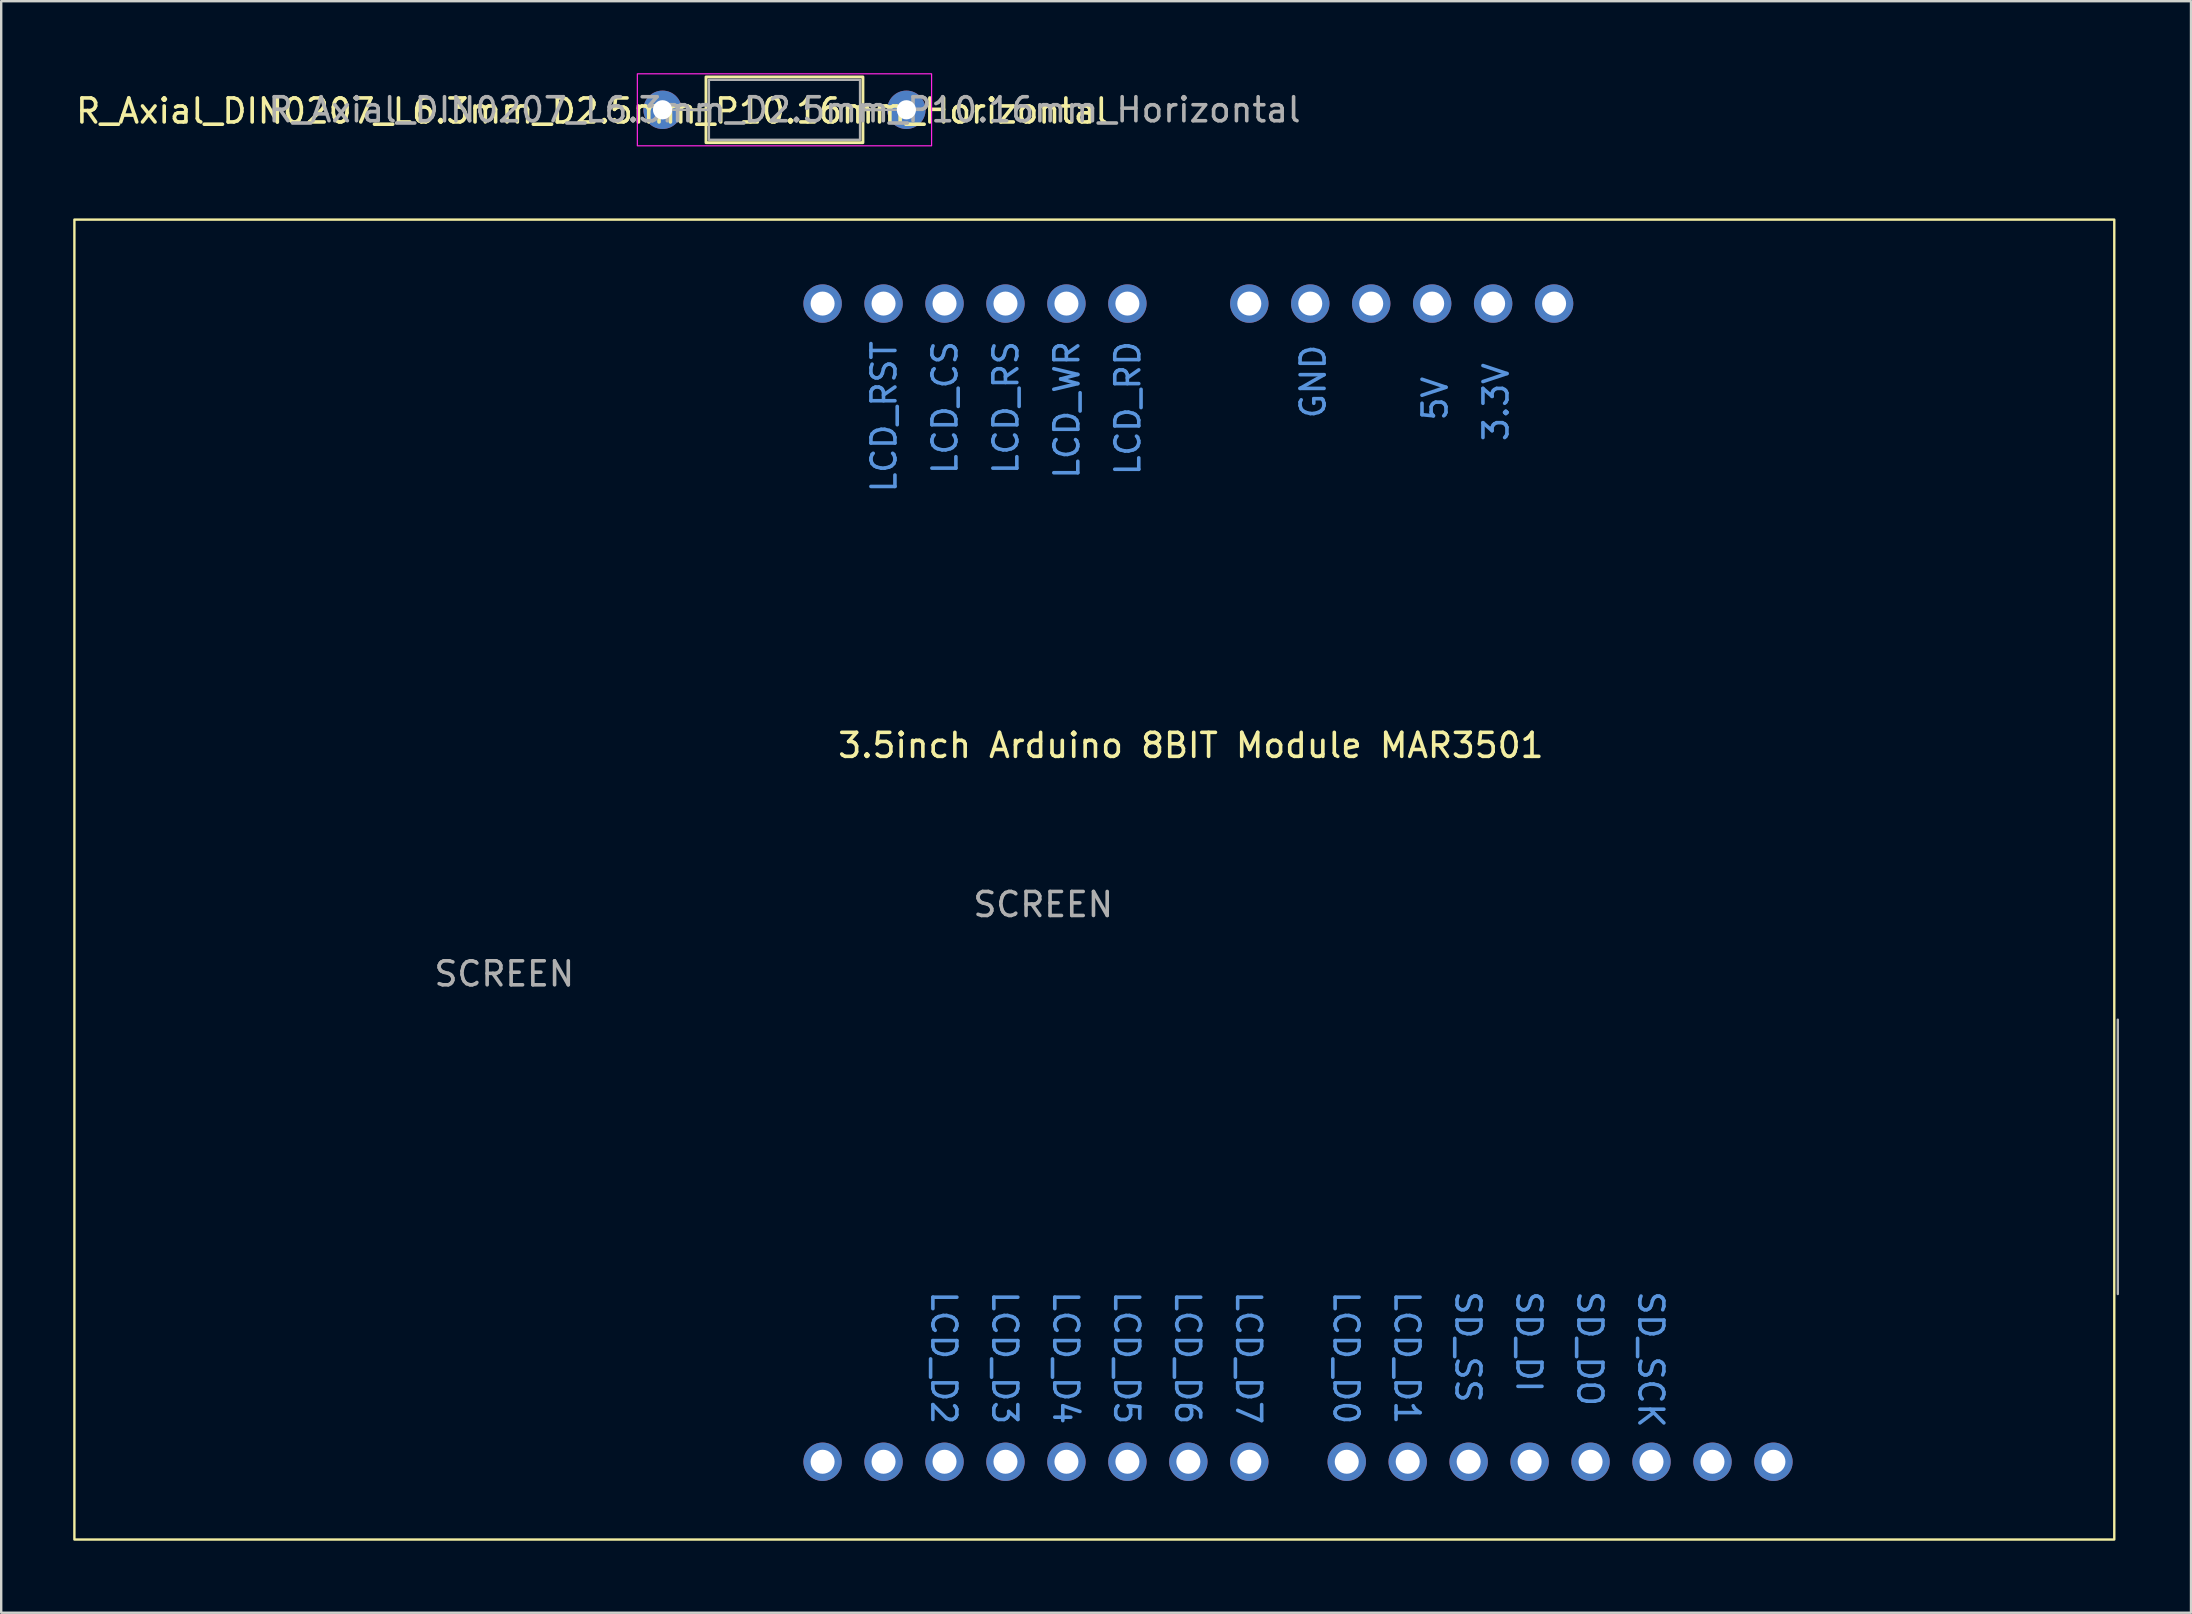
<source format=kicad_pcb>
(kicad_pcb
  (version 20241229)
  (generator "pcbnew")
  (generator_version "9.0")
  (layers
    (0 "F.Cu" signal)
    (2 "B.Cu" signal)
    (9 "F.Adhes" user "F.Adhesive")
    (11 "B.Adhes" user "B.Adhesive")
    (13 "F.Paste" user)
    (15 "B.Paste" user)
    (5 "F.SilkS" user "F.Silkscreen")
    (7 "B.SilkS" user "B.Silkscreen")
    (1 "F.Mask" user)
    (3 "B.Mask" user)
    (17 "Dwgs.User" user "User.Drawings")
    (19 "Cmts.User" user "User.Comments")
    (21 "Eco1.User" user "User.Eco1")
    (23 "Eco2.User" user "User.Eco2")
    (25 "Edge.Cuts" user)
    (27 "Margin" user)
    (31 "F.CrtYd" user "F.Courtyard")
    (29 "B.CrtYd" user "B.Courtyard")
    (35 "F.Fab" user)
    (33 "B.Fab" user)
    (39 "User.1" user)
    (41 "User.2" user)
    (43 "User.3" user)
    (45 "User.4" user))
  (footprint "SCREEN"
    (layer "F.Cu")
    (at 60.787 57.6)
    (property "Reference" "SCREEN" (at -20.368 -22.959 0) (layer "F.Fab") (effects (font (size 1 1) (thickness 0.15))))
    (attr through_hole)
    (fp_rect (start -60.737 -51.5) (end 24.263 3.5) (stroke (width 0.1) (type solid)) (fill no) (layer "F.SilkS"))
    (fp_line (start 24.41 -18.16) (end 24.41 -6.73) (stroke (width 0.1) (type solid)) (layer "F.Fab"))
    (fp_text user "3.5inch Arduino 8BIT Module MAR3501" (at -29.004 -29.004 0) (unlocked yes) (layer "F.SilkS") (effects (font (size 1 1) (thickness 0.15)) (justify left bottom)))
    (fp_text user "LCD_CS" (at -23.876 -46.527 90) (unlocked yes) (layer "Cmts.User") (effects (font (size 1 1) (thickness 0.15)) (justify right bottom)))
    (fp_text user "LCD_D6" (at -14.935 -1.213 270) (unlocked yes) (layer "Cmts.User") (effects (font (size 1 1) (thickness 0.15)) (justify right bottom)))
    (fp_text user "3.3V" (at -0.914 -45.612 90) (unlocked yes) (layer "Cmts.User") (effects (font (size 1 1) (thickness 0.15)) (justify right bottom)))
    (fp_text user "GND" (at -8.534 -46.374 90) (unlocked yes) (layer "Cmts.User") (effects (font (size 1 1) (thickness 0.15)) (justify right bottom)))
    (fp_text user "LCD_D3" (at -22.555 -1.213 270) (unlocked yes) (layer "Cmts.User") (effects (font (size 1 1) (thickness 0.15)) (justify right bottom)))
    (fp_text user "LCD_WR" (at -18.796 -46.527 90) (unlocked yes) (layer "Cmts.User") (effects (font (size 1 1) (thickness 0.15)) (justify right bottom)))
    (fp_text user "LCD_D4" (at -20.015 -1.213 270) (unlocked yes) (layer "Cmts.User") (effects (font (size 1 1) (thickness 0.15)) (justify right bottom)))
    (fp_text user "LCD_RD" (at -16.256 -46.527 90) (unlocked yes) (layer "Cmts.User") (effects (font (size 1 1) (thickness 0.15)) (justify right bottom)))
    (fp_text user "LCD_D2" (at -25.095 -1.213 270) (unlocked yes) (layer "Cmts.User") (effects (font (size 1 1) (thickness 0.15)) (justify right bottom)))
    (fp_text user "LCD_D1" (at -5.795 -1.213 270) (unlocked yes) (layer "Cmts.User") (effects (font (size 1 1) (thickness 0.15)) (justify right bottom)))
    (fp_text user "SD_DI" (at -0.715 -2.547 270) (unlocked yes) (layer "Cmts.User") (effects (font (size 1 1) (thickness 0.15)) (justify right bottom)))
    (fp_text user "LCD_RS" (at -21.336 -46.527 90) (unlocked yes) (layer "Cmts.User") (effects (font (size 1 1) (thickness 0.15)) (justify right bottom)))
    (fp_text user "LCD_D7" (at -12.395 -1.213 270) (unlocked yes) (layer "Cmts.User") (effects (font (size 1 1) (thickness 0.15)) (justify right bottom)))
    (fp_text user "SD_SCK" (at 4.365 -1.07 270) (unlocked yes) (layer "Cmts.User") (effects (font (size 1 1) (thickness 0.15)) (justify right bottom)))
    (fp_text user "SD_SS" (at -3.255 -2.118 270) (unlocked yes) (layer "Cmts.User") (effects (font (size 1 1) (thickness 0.15)) (justify right bottom)))
    (fp_text user "SD_DO" (at 1.825 -1.975 270) (unlocked yes) (layer "Cmts.User") (effects (font (size 1 1) (thickness 0.15)) (justify right bottom)))
    (fp_text user "LCD_RST" (at -26.416 -46.527 90) (unlocked yes) (layer "Cmts.User") (effects (font (size 1 1) (thickness 0.15)) (justify right bottom)))
    (fp_text user "LCD_D5" (at -17.475 -1.213 270) (unlocked yes) (layer "Cmts.User") (effects (font (size 1 1) (thickness 0.15)) (justify right bottom)))
    (fp_text user "LCD_D0" (at -8.335 -1.213 270) (unlocked yes) (layer "Cmts.User") (effects (font (size 1 1) (thickness 0.15)) (justify right bottom)))
    (fp_text user "5V" (at -3.454 -45.041 90) (unlocked yes) (layer "Cmts.User") (effects (font (size 1 1) (thickness 0.15)) (justify right bottom)))
    (fp_text user "${REFERENCE}" (at -42.824 -20.07 0) (layer "F.Fab") (effects (font (size 1 1) (thickness 0.15))))
    (pad "" thru_hole oval (at -29.56 -48 90) (size 1.6 1.6) (drill 1) (layers "*.Cu" "*.Mask"))
    (pad "" thru_hole oval (at -29.56 0.26 90) (size 1.6 1.6) (drill 1) (layers "*.Cu" "*.Mask"))
    (pad "" thru_hole oval (at -27.02 0.26 90) (size 1.6 1.6) (drill 1) (layers "*.Cu" "*.Mask"))
    (pad "" thru_hole oval (at -11.78 -48 90) (size 1.6 1.6) (drill 1) (layers "*.Cu" "*.Mask"))
    (pad "" thru_hole oval (at -6.7 -48 90) (size 1.6 1.6) (drill 1) (layers "*.Cu" "*.Mask"))
    (pad "" thru_hole oval (at 0.92 -48 90) (size 1.6 1.6) (drill 1) (layers "*.Cu" "*.Mask"))
    (pad "" thru_hole oval (at 7.52 0.26 90) (size 1.6 1.6) (drill 1) (layers "*.Cu" "*.Mask"))
    (pad "" thru_hole oval (at 10.06 0.26 90) (size 1.6 1.6) (drill 1) (layers "*.Cu" "*.Mask"))
    (pad "1" thru_hole oval (at -4.16 -48 90) (size 1.6 1.6) (drill 1) (layers "*.Cu" "*.Mask"))
    (pad "2" thru_hole oval (at -1.62 -48 90) (size 1.6 1.6) (drill 1) (layers "*.Cu" "*.Mask"))
    (pad "3" thru_hole oval (at -9.24 -48 90) (size 1.6 1.6) (drill 1) (layers "*.Cu" "*.Mask"))
    (pad "4" thru_hole oval (at -7.72 0.26 90) (size 1.6 1.6) (drill 1) (layers "*.Cu" "*.Mask"))
    (pad "5" thru_hole oval (at -5.18 0.26 90) (size 1.6 1.6) (drill 1) (layers "*.Cu" "*.Mask"))
    (pad "6" thru_hole oval (at -24.48 0.26 90) (size 1.6 1.6) (drill 1) (layers "*.Cu" "*.Mask"))
    (pad "7" thru_hole oval (at -21.94 0.26 90) (size 1.6 1.6) (drill 1) (layers "*.Cu" "*.Mask"))
    (pad "8" thru_hole oval (at -19.4 0.26 90) (size 1.6 1.6) (drill 1) (layers "*.Cu" "*.Mask"))
    (pad "9" thru_hole oval (at -16.86 0.26 90) (size 1.6 1.6) (drill 1) (layers "*.Cu" "*.Mask"))
    (pad "10" thru_hole oval (at -14.32 0.26 90) (size 1.6 1.6) (drill 1) (layers "*.Cu" "*.Mask"))
    (pad "11" thru_hole oval (at -11.78 0.26 90) (size 1.6 1.6) (drill 1) (layers "*.Cu" "*.Mask"))
    (pad "12" thru_hole oval (at -27.02 -48 90) (size 1.6 1.6) (drill 1) (layers "*.Cu" "*.Mask"))
    (pad "13" thru_hole oval (at -24.48 -48 90) (size 1.6 1.6) (drill 1) (layers "*.Cu" "*.Mask"))
    (pad "14" thru_hole oval (at -21.94 -48 90) (size 1.6 1.6) (drill 1) (layers "*.Cu" "*.Mask"))
    (pad "15" thru_hole oval (at -19.4 -48 90) (size 1.6 1.6) (drill 1) (layers "*.Cu" "*.Mask"))
    (pad "16" thru_hole oval (at -16.86 -48 90) (size 1.6 1.6) (drill 1) (layers "*.Cu" "*.Mask"))
    (pad "17" thru_hole oval (at -2.64 0.26 90) (size 1.6 1.6) (drill 1) (layers "*.Cu" "*.Mask"))
    (pad "18" thru_hole oval (at -0.1 0.26 90) (size 1.6 1.6) (drill 1) (layers "*.Cu" "*.Mask"))
    (pad "19" thru_hole oval (at 2.44 0.26 90) (size 1.6 1.6) (drill 1) (layers "*.Cu" "*.Mask"))
    (pad "20" thru_hole oval (at 4.98 0.26 90) (size 1.6 1.6) (drill 1) (layers "*.Cu" "*.Mask")))
  (footprint "R_Axial_DIN0207_L6.3mm_D2.5mm_P10.16mm_Horizontal"
    (layer "F.Cu")
    (at 24.558 1.525)
    (property "Reference" "R_Axial_DIN0207_L6.3mm_D2.5mm_P10.16mm_Horizontal" (at -2.933 0.051 0) (layer "F.SilkS") (effects (font (size 1 1) (thickness 0.15))))
    (attr through_hole)
    (fp_line (start 1.04 0) (end 1.81 0) (stroke (width 0.12) (type solid)) (layer "F.SilkS"))
    (fp_line (start 9.12 0) (end 8.35 0) (stroke (width 0.12) (type solid)) (layer "F.SilkS"))
    (fp_rect (start 1.81 -1.37) (end 8.35 1.37) (stroke (width 0.12) (type solid)) (fill no) (layer "F.SilkS"))
    (fp_rect (start -1.05 -1.5) (end 11.21 1.5) (stroke (width 0.05) (type solid)) (fill no) (layer "F.CrtYd"))
    (fp_line (start 0 0) (end 1.93 0) (stroke (width 0.1) (type solid)) (layer "F.Fab"))
    (fp_line (start 10.16 0) (end 8.23 0) (stroke (width 0.1) (type solid)) (layer "F.Fab"))
    (fp_rect (start 1.93 -1.25) (end 8.23 1.25) (stroke (width 0.1) (type solid)) (fill no) (layer "F.Fab"))
    (fp_text user "${REFERENCE}" (at 5.08 0 0) (layer "F.Fab") (effects (font (size 1 1) (thickness 0.15))))
    (pad "1" thru_hole circle (at 0 0 180) (size 1.6 1.6) (drill 0.8) (layers "*.Cu" "*.Mask"))
    (pad "2" thru_hole circle (at 10.16 0 180) (size 1.6 1.6) (drill 0.8) (layers "*.Cu" "*.Mask")))
  (gr_rect
    (start -3 -3)
    (end 88.247 64.15)
    (stroke (width 0.1) (type default))
    (fill no)
    (layer "Edge.Cuts")))
</source>
